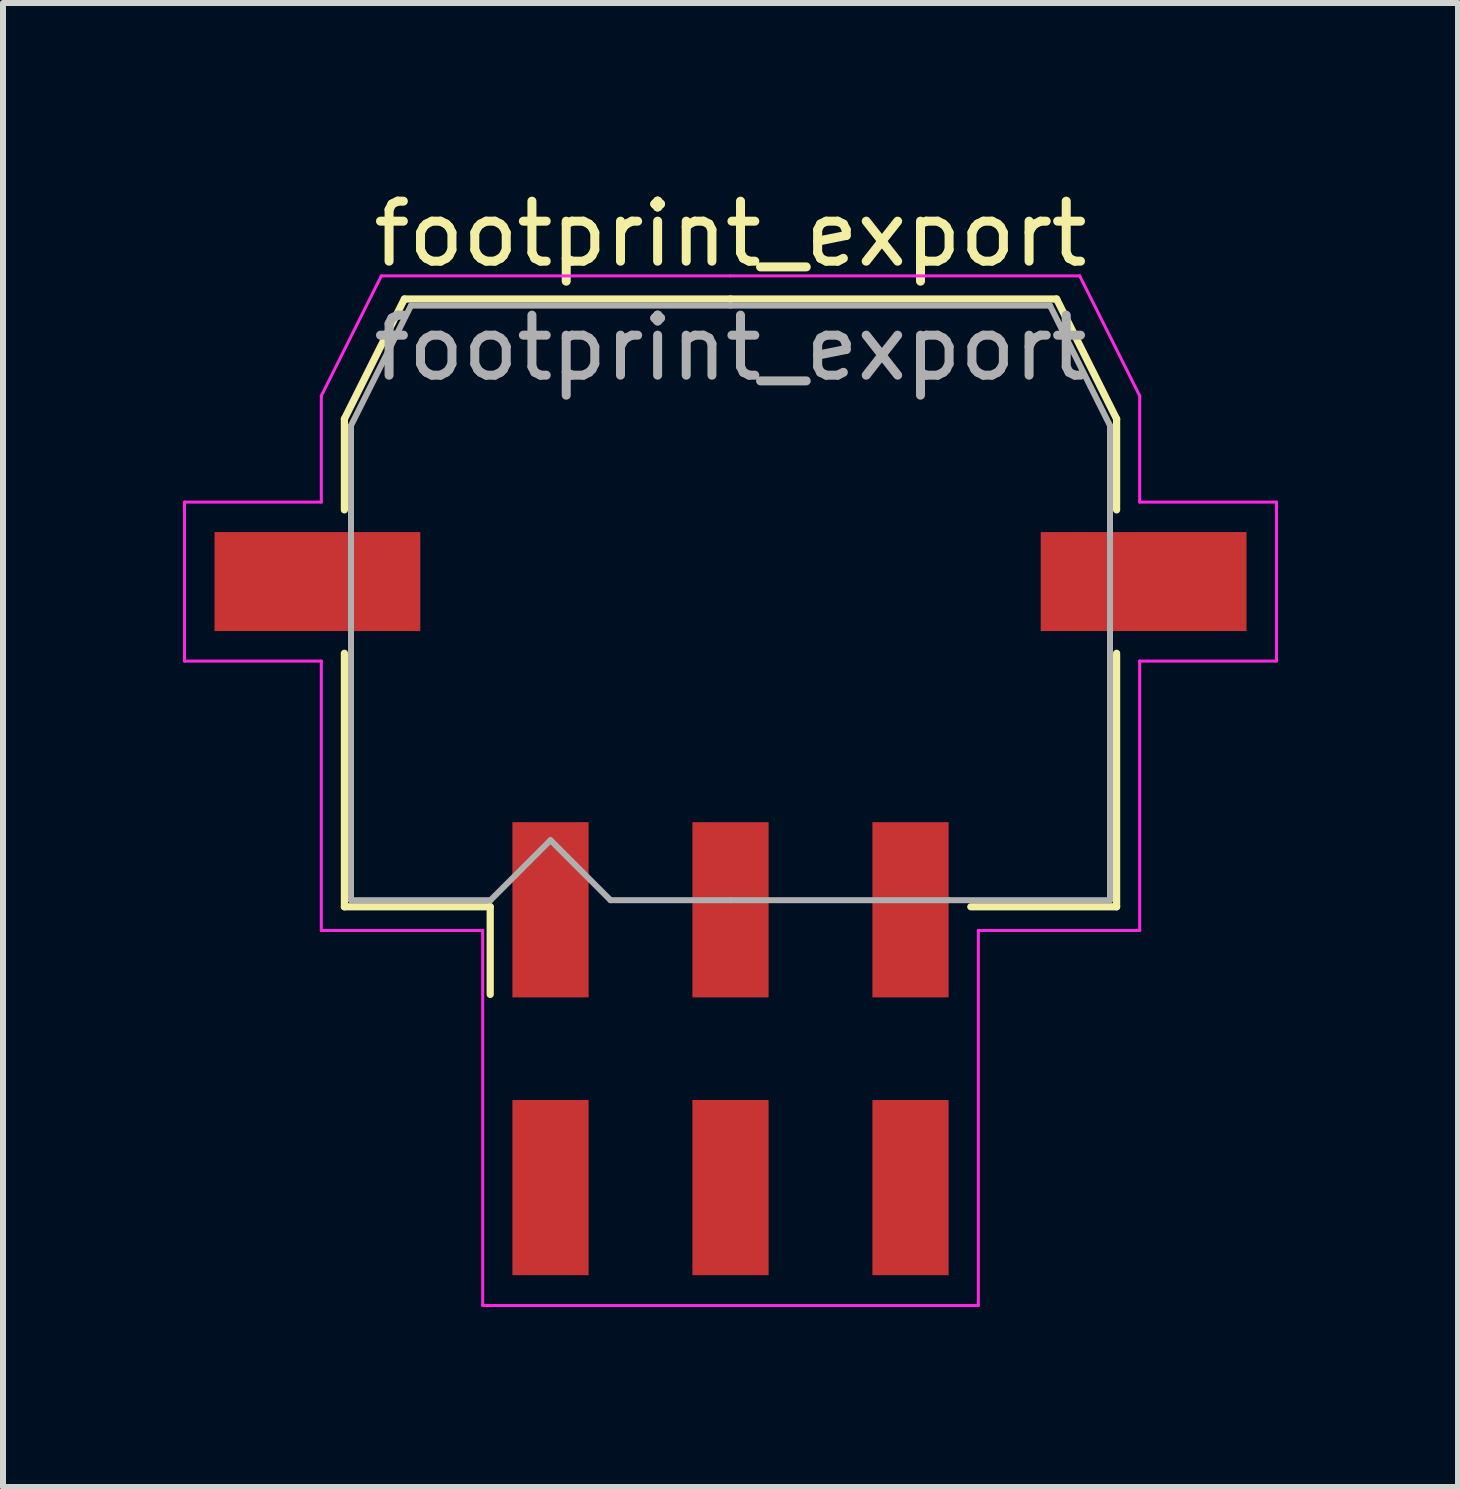
<source format=kicad_pcb>
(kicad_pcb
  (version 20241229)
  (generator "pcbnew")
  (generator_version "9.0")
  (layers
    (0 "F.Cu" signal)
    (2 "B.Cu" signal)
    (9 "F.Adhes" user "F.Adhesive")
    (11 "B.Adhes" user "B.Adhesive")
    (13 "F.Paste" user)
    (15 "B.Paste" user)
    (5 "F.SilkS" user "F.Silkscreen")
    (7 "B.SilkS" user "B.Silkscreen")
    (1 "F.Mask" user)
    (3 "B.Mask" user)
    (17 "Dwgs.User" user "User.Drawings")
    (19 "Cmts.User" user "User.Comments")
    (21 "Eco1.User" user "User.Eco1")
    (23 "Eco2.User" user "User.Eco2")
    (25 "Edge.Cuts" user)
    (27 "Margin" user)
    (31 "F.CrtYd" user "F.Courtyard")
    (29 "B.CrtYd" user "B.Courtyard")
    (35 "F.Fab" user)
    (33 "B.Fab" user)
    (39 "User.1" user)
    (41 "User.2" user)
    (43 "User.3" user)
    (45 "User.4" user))
  (footprint "footprint_export"
    (layer "F.Cu")
    (at 9.125 14.428)
    (property "Reference" "footprint_export" (at 0 -13.58 0) (layer "F.SilkS") (effects (font (size 1 1) (thickness 0.15))))
    (attr smd)
    (fp_line (start -6.435 -10.495) (end -6.435 -8.98) (stroke (width 0.12) (type solid)) (layer "F.SilkS"))
    (fp_line (start -6.435 -6.59) (end -6.435 -2.365) (stroke (width 0.12) (type solid)) (layer "F.SilkS"))
    (fp_line (start -6.435 -2.365) (end -4.005 -2.365) (stroke (width 0.12) (type solid)) (layer "F.SilkS"))
    (fp_line (start -5.435 -12.495) (end -6.435 -10.495) (stroke (width 0.12) (type solid)) (layer "F.SilkS"))
    (fp_line (start -4.005 -2.365) (end -4.005 -0.905) (stroke (width 0.12) (type solid)) (layer "F.SilkS"))
    (fp_line (start 0 -12.495) (end -5.435 -12.495) (stroke (width 0.12) (type solid)) (layer "F.SilkS"))
    (fp_line (start 0 -12.495) (end 5.435 -12.495) (stroke (width 0.12) (type solid)) (layer "F.SilkS"))
    (fp_line (start 5.435 -12.495) (end 6.435 -10.495) (stroke (width 0.12) (type solid)) (layer "F.SilkS"))
    (fp_line (start 6.435 -10.495) (end 6.435 -8.98) (stroke (width 0.12) (type solid)) (layer "F.SilkS"))
    (fp_line (start 6.435 -6.59) (end 6.435 -2.365) (stroke (width 0.12) (type solid)) (layer "F.SilkS"))
    (fp_line (start 6.435 -2.365) (end 4.005 -2.365) (stroke (width 0.12) (type solid)) (layer "F.SilkS"))
    (fp_line (start -9.1 -9.11) (end -9.1 -6.46) (stroke (width 0.05) (type solid)) (layer "F.CrtYd"))
    (fp_line (start -9.1 -6.46) (end -6.82 -6.46) (stroke (width 0.05) (type solid)) (layer "F.CrtYd"))
    (fp_line (start -6.82 -10.88) (end -6.82 -9.11) (stroke (width 0.05) (type solid)) (layer "F.CrtYd"))
    (fp_line (start -6.82 -9.11) (end -9.1 -9.11) (stroke (width 0.05) (type solid)) (layer "F.CrtYd"))
    (fp_line (start -6.82 -6.46) (end -6.82 -1.97) (stroke (width 0.05) (type solid)) (layer "F.CrtYd"))
    (fp_line (start -6.82 -1.97) (end -4.13 -1.97) (stroke (width 0.05) (type solid)) (layer "F.CrtYd"))
    (fp_line (start -5.82 -12.88) (end -6.82 -10.88) (stroke (width 0.05) (type solid)) (layer "F.CrtYd"))
    (fp_line (start -4.13 -1.97) (end -4.13 4.28) (stroke (width 0.05) (type solid)) (layer "F.CrtYd"))
    (fp_line (start -4.13 4.28) (end 0 4.28) (stroke (width 0.05) (type solid)) (layer "F.CrtYd"))
    (fp_line (start 0 -12.88) (end -5.82 -12.88) (stroke (width 0.05) (type solid)) (layer "F.CrtYd"))
    (fp_line (start 0 -12.88) (end 5.82 -12.88) (stroke (width 0.05) (type solid)) (layer "F.CrtYd"))
    (fp_line (start 4.13 -1.97) (end 4.13 4.28) (stroke (width 0.05) (type solid)) (layer "F.CrtYd"))
    (fp_line (start 4.13 4.28) (end 0 4.28) (stroke (width 0.05) (type solid)) (layer "F.CrtYd"))
    (fp_line (start 5.82 -12.88) (end 6.82 -10.88) (stroke (width 0.05) (type solid)) (layer "F.CrtYd"))
    (fp_line (start 6.82 -10.88) (end 6.82 -9.11) (stroke (width 0.05) (type solid)) (layer "F.CrtYd"))
    (fp_line (start 6.82 -9.11) (end 9.1 -9.11) (stroke (width 0.05) (type solid)) (layer "F.CrtYd"))
    (fp_line (start 6.82 -6.46) (end 6.82 -1.97) (stroke (width 0.05) (type solid)) (layer "F.CrtYd"))
    (fp_line (start 6.82 -1.97) (end 4.13 -1.97) (stroke (width 0.05) (type solid)) (layer "F.CrtYd"))
    (fp_line (start 9.1 -9.11) (end 9.1 -6.46) (stroke (width 0.05) (type solid)) (layer "F.CrtYd"))
    (fp_line (start 9.1 -6.46) (end 6.82 -6.46) (stroke (width 0.05) (type solid)) (layer "F.CrtYd"))
    (fp_line (start -6.325 -10.385) (end -6.325 -8.61) (stroke (width 0.1) (type solid)) (layer "F.Fab"))
    (fp_line (start -6.325 -8.61) (end -6.325 -2.475) (stroke (width 0.1) (type solid)) (layer "F.Fab"))
    (fp_line (start -6.325 -2.475) (end -4 -2.475) (stroke (width 0.1) (type solid)) (layer "F.Fab"))
    (fp_line (start -5.325 -12.385) (end -6.325 -10.385) (stroke (width 0.1) (type solid)) (layer "F.Fab"))
    (fp_line (start -4 -2.475) (end -3 -3.475) (stroke (width 0.1) (type solid)) (layer "F.Fab"))
    (fp_line (start -3 -3.475) (end -2 -2.475) (stroke (width 0.1) (type solid)) (layer "F.Fab"))
    (fp_line (start -2 -2.475) (end 0 -2.475) (stroke (width 0.1) (type solid)) (layer "F.Fab"))
    (fp_line (start 0 -12.385) (end -5.325 -12.385) (stroke (width 0.1) (type solid)) (layer "F.Fab"))
    (fp_line (start 0 -12.385) (end 5.325 -12.385) (stroke (width 0.1) (type solid)) (layer "F.Fab"))
    (fp_line (start 3.635 -2.475) (end 0 -2.475) (stroke (width 0.1) (type solid)) (layer "F.Fab"))
    (fp_line (start 5.325 -12.385) (end 6.325 -10.385) (stroke (width 0.1) (type solid)) (layer "F.Fab"))
    (fp_line (start 6.325 -10.385) (end 6.325 -8.61) (stroke (width 0.1) (type solid)) (layer "F.Fab"))
    (fp_line (start 6.325 -8.61) (end 6.325 -2.475) (stroke (width 0.1) (type solid)) (layer "F.Fab"))
    (fp_line (start 6.325 -2.475) (end 3.635 -2.475) (stroke (width 0.1) (type solid)) (layer "F.Fab"))
    (fp_text user "${REFERENCE}" (at 0 -11.68 0) (layer "F.Fab") (effects (font (size 1 1) (thickness 0.15))))
    (pad "1" smd rect (at -3 -2.315) (size 1.27 2.92) (layers "F.Cu" "F.Mask" "F.Paste"))
    (pad "2" smd rect (at 0 -2.315) (size 1.27 2.92) (layers "F.Cu" "F.Mask" "F.Paste"))
    (pad "3" smd rect (at 3 -2.315) (size 1.27 2.92) (layers "F.Cu" "F.Mask" "F.Paste"))
    (pad "4" smd rect (at -3 2.315) (size 1.27 2.92) (layers "F.Cu" "F.Mask" "F.Paste"))
    (pad "5" smd rect (at 0 2.315) (size 1.27 2.92) (layers "F.Cu" "F.Mask" "F.Paste"))
    (pad "6" smd rect (at 3 2.315) (size 1.27 2.92) (layers "F.Cu" "F.Mask" "F.Paste"))
    (pad "MP" smd rect (at -6.885 -7.785) (size 3.43 1.65) (layers "F.Cu" "F.Mask" "F.Paste"))
    (pad "MP" smd rect (at 6.885 -7.785) (size 3.43 1.65) (layers "F.Cu" "F.Mask" "F.Paste")))
  (gr_rect
    (start -3 -3)
    (end 21.25 21.733)
    (stroke (width 0.1) (type default))
    (fill no)
    (layer "Edge.Cuts")))
</source>
